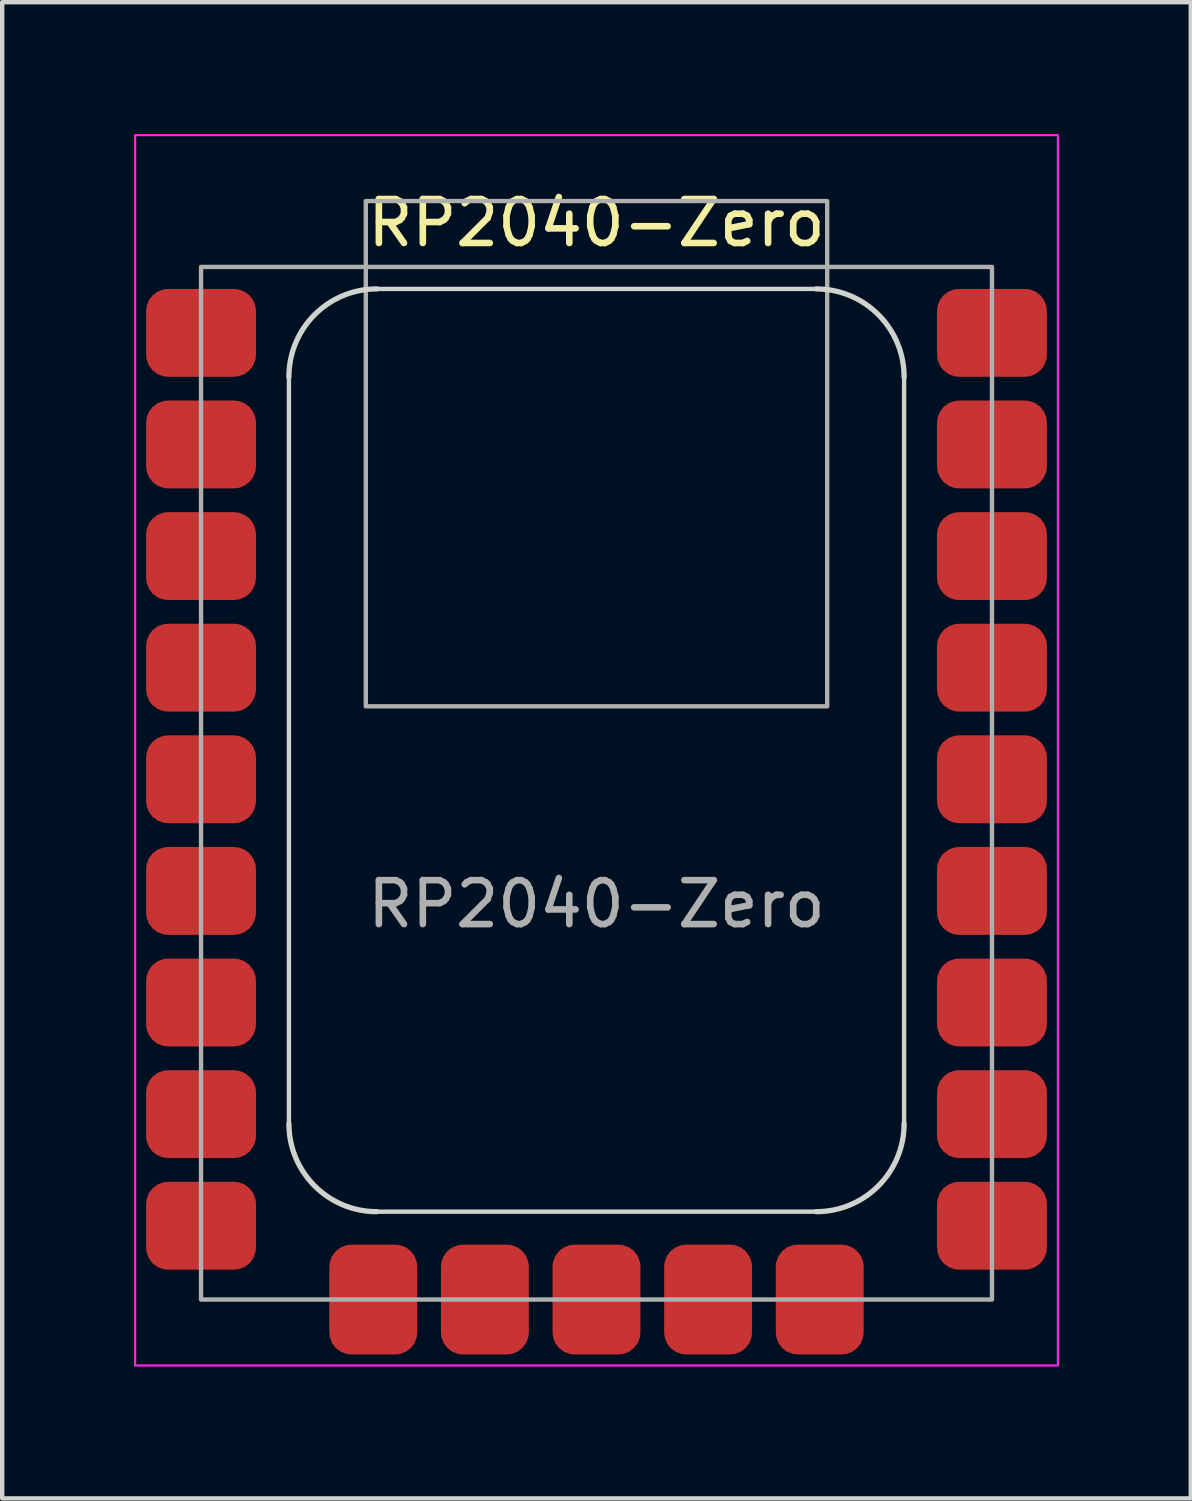
<source format=kicad_pcb>
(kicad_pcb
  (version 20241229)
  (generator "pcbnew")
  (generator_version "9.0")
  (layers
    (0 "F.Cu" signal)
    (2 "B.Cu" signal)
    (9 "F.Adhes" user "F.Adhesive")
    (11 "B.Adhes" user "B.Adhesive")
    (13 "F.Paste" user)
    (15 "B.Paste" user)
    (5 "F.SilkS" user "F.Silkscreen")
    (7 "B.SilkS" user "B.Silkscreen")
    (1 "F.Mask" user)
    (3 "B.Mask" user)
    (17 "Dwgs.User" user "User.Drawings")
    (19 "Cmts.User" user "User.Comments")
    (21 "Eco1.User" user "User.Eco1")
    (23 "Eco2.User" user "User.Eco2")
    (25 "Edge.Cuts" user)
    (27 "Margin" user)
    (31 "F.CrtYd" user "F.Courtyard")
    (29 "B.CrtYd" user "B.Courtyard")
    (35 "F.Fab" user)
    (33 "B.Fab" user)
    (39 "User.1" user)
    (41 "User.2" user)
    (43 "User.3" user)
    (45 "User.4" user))
  (footprint "RP2040-Zero"
    (layer "F.Cu")
    (at 10.525 15.025)
    (property "Reference" "RP2040-Zero" (at 0 -13 0) (unlocked yes) (layer "F.SilkS") (effects (font (size 1 1) (thickness 0.15))))
    (attr smd)
    (fp_line (start -7 7.5) (end -7 -9.5) (stroke (width 0.1) (type solid)) (layer "Edge.Cuts"))
    (fp_line (start -5 -11.5) (end 5 -11.5) (stroke (width 0.1) (type solid)) (layer "Edge.Cuts"))
    (fp_line (start 5 9.5) (end -5 9.5) (stroke (width 0.1) (type solid)) (layer "Edge.Cuts"))
    (fp_line (start 7 -9.5) (end 7 7.5) (stroke (width 0.1) (type solid)) (layer "Edge.Cuts"))
    (fp_arc (start -7 -9.5) (mid -6.414214 -10.914214) (end -5 -11.5) (stroke (width 0.12) (type solid)) (layer "Edge.Cuts"))
    (fp_arc (start -5 9.5) (mid -6.414214 8.914214) (end -7 7.5) (stroke (width 0.12) (type solid)) (layer "Edge.Cuts"))
    (fp_arc (start 5 -11.5) (mid 6.414214 -10.914214) (end 7 -9.5) (stroke (width 0.12) (type solid)) (layer "Edge.Cuts"))
    (fp_arc (start 7 7.5) (mid 6.414214 8.914214) (end 5 9.5) (stroke (width 0.12) (type solid)) (layer "Edge.Cuts"))
    (fp_rect (start -10.5 -15) (end 10.5 13) (stroke (width 0.05) (type solid)) (fill no) (layer "F.CrtYd"))
    (fp_rect (start -9 -12) (end 9 11.5) (stroke (width 0.1) (type solid)) (fill no) (layer "F.Fab"))
    (fp_rect (start -5.25 -13.5) (end 5.25 -2) (stroke (width 0.1) (type solid)) (fill no) (layer "F.Fab"))
    (fp_text user "${REFERENCE}" (at 0 2.5 0) (unlocked yes) (layer "F.Fab") (effects (font (size 1 1) (thickness 0.15))))
    (pad "1" smd roundrect (at -9 -10.5) (size 2.5 2) (layers "F.Cu" "F.Mask" "F.Paste") (roundrect_rratio 0.25))
    (pad "2" smd roundrect (at -9 -7.96) (size 2.5 2) (layers "F.Cu" "F.Mask" "F.Paste") (roundrect_rratio 0.25))
    (pad "3" smd roundrect (at -9 -5.42) (size 2.5 2) (layers "F.Cu" "F.Mask" "F.Paste") (roundrect_rratio 0.25))
    (pad "4" smd roundrect (at -9 -2.88) (size 2.5 2) (layers "F.Cu" "F.Mask" "F.Paste") (roundrect_rratio 0.25))
    (pad "5" smd roundrect (at -9 -0.34) (size 2.5 2) (layers "F.Cu" "F.Mask" "F.Paste") (roundrect_rratio 0.25))
    (pad "6" smd roundrect (at -9 2.2) (size 2.5 2) (layers "F.Cu" "F.Mask" "F.Paste") (roundrect_rratio 0.25))
    (pad "7" smd roundrect (at -9 4.74) (size 2.5 2) (layers "F.Cu" "F.Mask" "F.Paste") (roundrect_rratio 0.25))
    (pad "8" smd roundrect (at -9 7.28) (size 2.5 2) (layers "F.Cu" "F.Mask" "F.Paste") (roundrect_rratio 0.25))
    (pad "9" smd roundrect (at -9 9.82) (size 2.5 2) (layers "F.Cu" "F.Mask" "F.Paste") (roundrect_rratio 0.25))
    (pad "10" smd roundrect (at -5.08 11.5 90) (size 2.5 2) (layers "F.Cu" "F.Mask" "F.Paste") (roundrect_rratio 0.25))
    (pad "11" smd roundrect (at -2.54 11.5 90) (size 2.5 2) (layers "F.Cu" "F.Mask" "F.Paste") (roundrect_rratio 0.25))
    (pad "12" smd roundrect (at 0 11.5 90) (size 2.5 2) (layers "F.Cu" "F.Mask" "F.Paste") (roundrect_rratio 0.25))
    (pad "13" smd roundrect (at 2.54 11.5 90) (size 2.5 2) (layers "F.Cu" "F.Mask" "F.Paste") (roundrect_rratio 0.25))
    (pad "14" smd roundrect (at 5.08 11.5 90) (size 2.5 2) (layers "F.Cu" "F.Mask" "F.Paste") (roundrect_rratio 0.25))
    (pad "15" smd roundrect (at 9 9.82 180) (size 2.5 2) (layers "F.Cu" "F.Mask" "F.Paste") (roundrect_rratio 0.25))
    (pad "16" smd roundrect (at 9 7.28 180) (size 2.5 2) (layers "F.Cu" "F.Mask" "F.Paste") (roundrect_rratio 0.25))
    (pad "17" smd roundrect (at 9 4.74 180) (size 2.5 2) (layers "F.Cu" "F.Mask" "F.Paste") (roundrect_rratio 0.25))
    (pad "18" smd roundrect (at 9 2.2 180) (size 2.5 2) (layers "F.Cu" "F.Mask" "F.Paste") (roundrect_rratio 0.25))
    (pad "19" smd roundrect (at 9 -0.34 180) (size 2.5 2) (layers "F.Cu" "F.Mask" "F.Paste") (roundrect_rratio 0.25))
    (pad "20" smd roundrect (at 9 -2.88 180) (size 2.5 2) (layers "F.Cu" "F.Mask" "F.Paste") (roundrect_rratio 0.25))
    (pad "21" smd roundrect (at 9 -5.42 180) (size 2.5 2) (layers "F.Cu" "F.Mask" "F.Paste") (roundrect_rratio 0.25))
    (pad "22" smd roundrect (at 9 -7.96 180) (size 2.5 2) (layers "F.Cu" "F.Mask" "F.Paste") (roundrect_rratio 0.25))
    (pad "23" smd roundrect (at 9 -10.5 180) (size 2.5 2) (layers "F.Cu" "F.Mask" "F.Paste") (roundrect_rratio 0.25)))
  (gr_rect
    (start -3 -3)
    (end 24.05 31.05)
    (stroke (width 0.1) (type default))
    (fill no)
    (layer "Edge.Cuts")))
</source>
